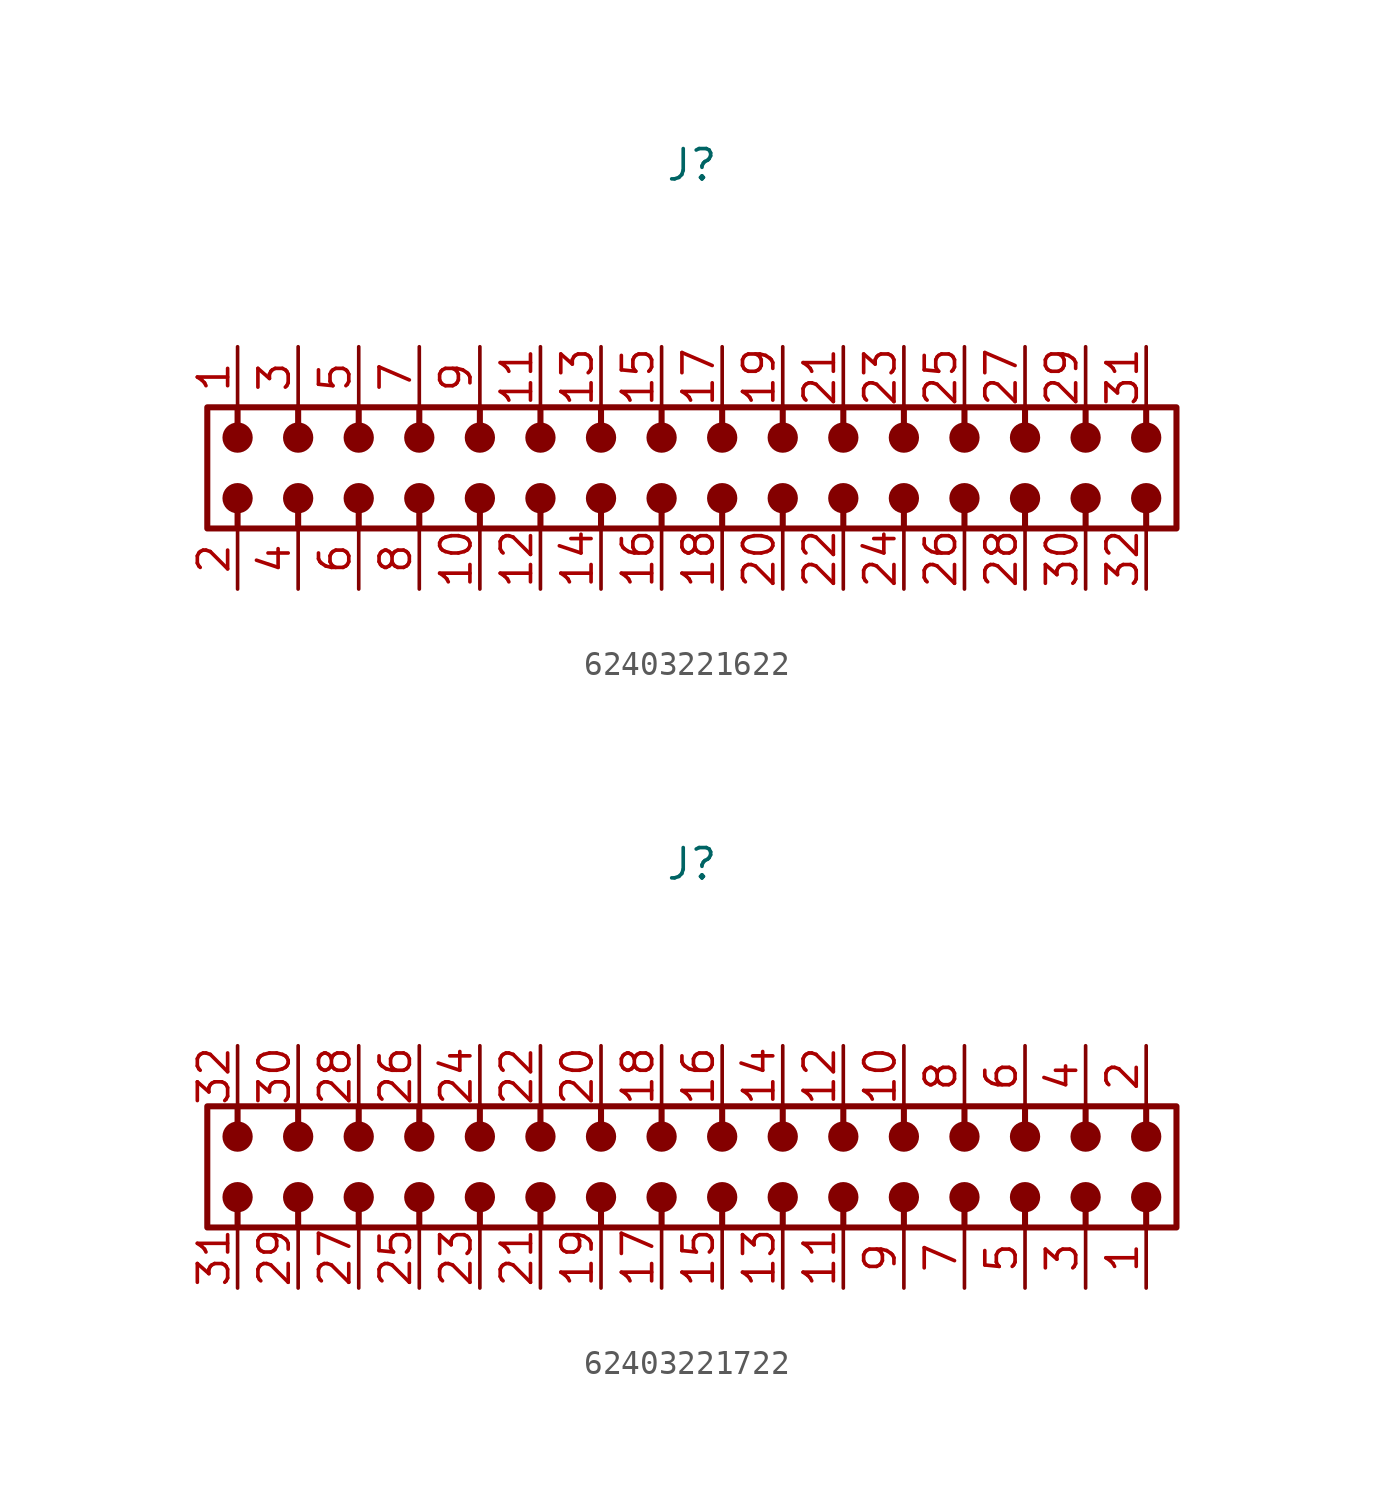
<source format=kicad_sym>
(kicad_symbol_lib
  (version 20241209)
  (generator "kicad_symbol_editor")
  (generator_version "9.0")
  (symbol "62403221622"
    (pin_names
      (hide yes))
    (property "Reference" "J"
      (at 0 12.7 0)
      (effects (font (size 1.27 1.27))))
    (symbol "62403221622_1_1"
      (rectangle (start -20.32 2.54) (end 20.32 -2.54) (stroke (width 0.254) (type solid)) (fill (type none)))
      (polyline (pts (xy -19.05 1.778) (xy -19.05 2.54)) (stroke (width 0.254) (type solid)) (fill (type none)))
      (circle (center -19.05 1.27) (radius 0.508) (stroke (width 0.254) (type solid)) (fill (type outline)))
      (circle (center -19.05 -1.27) (radius 0.508) (stroke (width 0.254) (type solid)) (fill (type outline)))
      (polyline (pts (xy -19.05 -1.778) (xy -19.05 -2.54)) (stroke (width 0.254) (type solid)) (fill (type none)))
      (polyline (pts (xy -16.51 1.778) (xy -16.51 2.54)) (stroke (width 0.254) (type solid)) (fill (type none)))
      (circle (center -16.51 1.27) (radius 0.508) (stroke (width 0.254) (type solid)) (fill (type outline)))
      (circle (center -16.51 -1.27) (radius 0.508) (stroke (width 0.254) (type solid)) (fill (type outline)))
      (polyline (pts (xy -16.51 -1.778) (xy -16.51 -2.54)) (stroke (width 0.254) (type solid)) (fill (type none)))
      (polyline (pts (xy -13.97 1.778) (xy -13.97 2.54)) (stroke (width 0.254) (type solid)) (fill (type none)))
      (circle (center -13.97 1.27) (radius 0.508) (stroke (width 0.254) (type solid)) (fill (type outline)))
      (circle (center -13.97 -1.27) (radius 0.508) (stroke (width 0.254) (type solid)) (fill (type outline)))
      (polyline (pts (xy -13.97 -1.778) (xy -13.97 -2.54)) (stroke (width 0.254) (type solid)) (fill (type none)))
      (polyline (pts (xy -11.43 1.778) (xy -11.43 2.54)) (stroke (width 0.254) (type solid)) (fill (type none)))
      (circle (center -11.43 1.27) (radius 0.508) (stroke (width 0.254) (type solid)) (fill (type outline)))
      (circle (center -11.43 -1.27) (radius 0.508) (stroke (width 0.254) (type solid)) (fill (type outline)))
      (polyline (pts (xy -11.43 -1.778) (xy -11.43 -2.54)) (stroke (width 0.254) (type solid)) (fill (type none)))
      (polyline (pts (xy -8.89 1.778) (xy -8.89 2.54)) (stroke (width 0.254) (type solid)) (fill (type none)))
      (circle (center -8.89 1.27) (radius 0.508) (stroke (width 0.254) (type solid)) (fill (type outline)))
      (circle (center -8.89 -1.27) (radius 0.508) (stroke (width 0.254) (type solid)) (fill (type outline)))
      (polyline (pts (xy -8.89 -1.778) (xy -8.89 -2.54)) (stroke (width 0.254) (type solid)) (fill (type none)))
      (polyline (pts (xy -6.35 1.778) (xy -6.35 2.54)) (stroke (width 0.254) (type solid)) (fill (type none)))
      (circle (center -6.35 1.27) (radius 0.508) (stroke (width 0.254) (type solid)) (fill (type outline)))
      (circle (center -6.35 -1.27) (radius 0.508) (stroke (width 0.254) (type solid)) (fill (type outline)))
      (polyline (pts (xy -6.35 -1.778) (xy -6.35 -2.54)) (stroke (width 0.254) (type solid)) (fill (type none)))
      (polyline (pts (xy -3.81 1.778) (xy -3.81 2.54)) (stroke (width 0.254) (type solid)) (fill (type none)))
      (circle (center -3.81 1.27) (radius 0.508) (stroke (width 0.254) (type solid)) (fill (type outline)))
      (circle (center -3.81 -1.27) (radius 0.508) (stroke (width 0.254) (type solid)) (fill (type outline)))
      (polyline (pts (xy -3.81 -1.778) (xy -3.81 -2.54)) (stroke (width 0.254) (type solid)) (fill (type none)))
      (polyline (pts (xy -1.27 1.778) (xy -1.27 2.54)) (stroke (width 0.254) (type solid)) (fill (type none)))
      (circle (center -1.27 1.27) (radius 0.508) (stroke (width 0.254) (type solid)) (fill (type outline)))
      (circle (center -1.27 -1.27) (radius 0.508) (stroke (width 0.254) (type solid)) (fill (type outline)))
      (polyline (pts (xy -1.27 -1.778) (xy -1.27 -2.54)) (stroke (width 0.254) (type solid)) (fill (type none)))
      (polyline (pts (xy 1.27 1.778) (xy 1.27 2.54)) (stroke (width 0.254) (type solid)) (fill (type none)))
      (circle (center 1.27 1.27) (radius 0.508) (stroke (width 0.254) (type solid)) (fill (type outline)))
      (circle (center 1.27 -1.27) (radius 0.508) (stroke (width 0.254) (type solid)) (fill (type outline)))
      (polyline (pts (xy 1.27 -1.778) (xy 1.27 -2.54)) (stroke (width 0.254) (type solid)) (fill (type none)))
      (polyline (pts (xy 3.81 1.778) (xy 3.81 2.54)) (stroke (width 0.254) (type solid)) (fill (type none)))
      (circle (center 3.81 1.27) (radius 0.508) (stroke (width 0.254) (type solid)) (fill (type outline)))
      (circle (center 3.81 -1.27) (radius 0.508) (stroke (width 0.254) (type solid)) (fill (type outline)))
      (polyline (pts (xy 3.81 -1.778) (xy 3.81 -2.54)) (stroke (width 0.254) (type solid)) (fill (type none)))
      (polyline (pts (xy 6.35 1.778) (xy 6.35 2.54)) (stroke (width 0.254) (type solid)) (fill (type none)))
      (circle (center 6.35 1.27) (radius 0.508) (stroke (width 0.254) (type solid)) (fill (type outline)))
      (circle (center 6.35 -1.27) (radius 0.508) (stroke (width 0.254) (type solid)) (fill (type outline)))
      (polyline (pts (xy 6.35 -1.778) (xy 6.35 -2.54)) (stroke (width 0.254) (type solid)) (fill (type none)))
      (polyline (pts (xy 8.89 1.778) (xy 8.89 2.54)) (stroke (width 0.254) (type solid)) (fill (type none)))
      (circle (center 8.89 1.27) (radius 0.508) (stroke (width 0.254) (type solid)) (fill (type outline)))
      (circle (center 8.89 -1.27) (radius 0.508) (stroke (width 0.254) (type solid)) (fill (type outline)))
      (polyline (pts (xy 8.89 -1.778) (xy 8.89 -2.54)) (stroke (width 0.254) (type solid)) (fill (type none)))
      (polyline (pts (xy 11.43 1.778) (xy 11.43 2.54)) (stroke (width 0.254) (type solid)) (fill (type none)))
      (circle (center 11.43 1.27) (radius 0.508) (stroke (width 0.254) (type solid)) (fill (type outline)))
      (circle (center 11.43 -1.27) (radius 0.508) (stroke (width 0.254) (type solid)) (fill (type outline)))
      (polyline (pts (xy 11.43 -1.778) (xy 11.43 -2.54)) (stroke (width 0.254) (type solid)) (fill (type none)))
      (polyline (pts (xy 13.97 1.778) (xy 13.97 2.54)) (stroke (width 0.254) (type solid)) (fill (type none)))
      (circle (center 13.97 1.27) (radius 0.508) (stroke (width 0.254) (type solid)) (fill (type outline)))
      (circle (center 13.97 -1.27) (radius 0.508) (stroke (width 0.254) (type solid)) (fill (type outline)))
      (polyline (pts (xy 13.97 -1.778) (xy 13.97 -2.54)) (stroke (width 0.254) (type solid)) (fill (type none)))
      (polyline (pts (xy 16.51 1.778) (xy 16.51 2.54)) (stroke (width 0.254) (type solid)) (fill (type none)))
      (circle (center 16.51 1.27) (radius 0.508) (stroke (width 0.254) (type solid)) (fill (type outline)))
      (circle (center 16.51 -1.27) (radius 0.508) (stroke (width 0.254) (type solid)) (fill (type outline)))
      (polyline (pts (xy 16.51 -1.778) (xy 16.51 -2.54)) (stroke (width 0.254) (type solid)) (fill (type none)))
      (polyline (pts (xy 19.05 1.778) (xy 19.05 2.54)) (stroke (width 0.254) (type solid)) (fill (type none)))
      (circle (center 19.05 1.27) (radius 0.508) (stroke (width 0.254) (type solid)) (fill (type outline)))
      (circle (center 19.05 -1.27) (radius 0.508) (stroke (width 0.254) (type solid)) (fill (type outline)))
      (polyline (pts (xy 19.05 -1.778) (xy 19.05 -2.54)) (stroke (width 0.254) (type solid)) (fill (type none)))
      (pin passive line (at -19.05 5.08 270) (length 2.54) (name "1" (effects (font (size 1.27 1.27)))) (number "1" (effects (font (size 1.27 1.27)))))
      (pin passive line (at -19.05 -5.08 90) (length 2.54) (name "2" (effects (font (size 1.27 1.27)))) (number "2" (effects (font (size 1.27 1.27)))))
      (pin passive line (at -16.51 5.08 270) (length 2.54) (name "3" (effects (font (size 1.27 1.27)))) (number "3" (effects (font (size 1.27 1.27)))))
      (pin passive line (at -16.51 -5.08 90) (length 2.54) (name "4" (effects (font (size 1.27 1.27)))) (number "4" (effects (font (size 1.27 1.27)))))
      (pin passive line (at -13.97 5.08 270) (length 2.54) (name "5" (effects (font (size 1.27 1.27)))) (number "5" (effects (font (size 1.27 1.27)))))
      (pin passive line (at -13.97 -5.08 90) (length 2.54) (name "6" (effects (font (size 1.27 1.27)))) (number "6" (effects (font (size 1.27 1.27)))))
      (pin passive line (at -11.43 5.08 270) (length 2.54) (name "7" (effects (font (size 1.27 1.27)))) (number "7" (effects (font (size 1.27 1.27)))))
      (pin passive line (at -11.43 -5.08 90) (length 2.54) (name "8" (effects (font (size 1.27 1.27)))) (number "8" (effects (font (size 1.27 1.27)))))
      (pin passive line (at -8.89 5.08 270) (length 2.54) (name "9" (effects (font (size 1.27 1.27)))) (number "9" (effects (font (size 1.27 1.27)))))
      (pin passive line (at -8.89 -5.08 90) (length 2.54) (name "10" (effects (font (size 1.27 1.27)))) (number "10" (effects (font (size 1.27 1.27)))))
      (pin passive line (at -6.35 5.08 270) (length 2.54) (name "11" (effects (font (size 1.27 1.27)))) (number "11" (effects (font (size 1.27 1.27)))))
      (pin passive line (at -6.35 -5.08 90) (length 2.54) (name "12" (effects (font (size 1.27 1.27)))) (number "12" (effects (font (size 1.27 1.27)))))
      (pin passive line (at -3.81 5.08 270) (length 2.54) (name "13" (effects (font (size 1.27 1.27)))) (number "13" (effects (font (size 1.27 1.27)))))
      (pin passive line (at -3.81 -5.08 90) (length 2.54) (name "14" (effects (font (size 1.27 1.27)))) (number "14" (effects (font (size 1.27 1.27)))))
      (pin passive line (at -1.27 5.08 270) (length 2.54) (name "15" (effects (font (size 1.27 1.27)))) (number "15" (effects (font (size 1.27 1.27)))))
      (pin passive line (at -1.27 -5.08 90) (length 2.54) (name "16" (effects (font (size 1.27 1.27)))) (number "16" (effects (font (size 1.27 1.27)))))
      (pin passive line (at 1.27 5.08 270) (length 2.54) (name "17" (effects (font (size 1.27 1.27)))) (number "17" (effects (font (size 1.27 1.27)))))
      (pin passive line (at 1.27 -5.08 90) (length 2.54) (name "18" (effects (font (size 1.27 1.27)))) (number "18" (effects (font (size 1.27 1.27)))))
      (pin passive line (at 3.81 5.08 270) (length 2.54) (name "19" (effects (font (size 1.27 1.27)))) (number "19" (effects (font (size 1.27 1.27)))))
      (pin passive line (at 3.81 -5.08 90) (length 2.54) (name "20" (effects (font (size 1.27 1.27)))) (number "20" (effects (font (size 1.27 1.27)))))
      (pin passive line (at 6.35 5.08 270) (length 2.54) (name "21" (effects (font (size 1.27 1.27)))) (number "21" (effects (font (size 1.27 1.27)))))
      (pin passive line (at 6.35 -5.08 90) (length 2.54) (name "22" (effects (font (size 1.27 1.27)))) (number "22" (effects (font (size 1.27 1.27)))))
      (pin passive line (at 8.89 5.08 270) (length 2.54) (name "23" (effects (font (size 1.27 1.27)))) (number "23" (effects (font (size 1.27 1.27)))))
      (pin passive line (at 8.89 -5.08 90) (length 2.54) (name "24" (effects (font (size 1.27 1.27)))) (number "24" (effects (font (size 1.27 1.27)))))
      (pin passive line (at 11.43 5.08 270) (length 2.54) (name "25" (effects (font (size 1.27 1.27)))) (number "25" (effects (font (size 1.27 1.27)))))
      (pin passive line (at 11.43 -5.08 90) (length 2.54) (name "26" (effects (font (size 1.27 1.27)))) (number "26" (effects (font (size 1.27 1.27)))))
      (pin passive line (at 13.97 5.08 270) (length 2.54) (name "27" (effects (font (size 1.27 1.27)))) (number "27" (effects (font (size 1.27 1.27)))))
      (pin passive line (at 13.97 -5.08 90) (length 2.54) (name "28" (effects (font (size 1.27 1.27)))) (number "28" (effects (font (size 1.27 1.27)))))
      (pin passive line (at 16.51 5.08 270) (length 2.54) (name "29" (effects (font (size 1.27 1.27)))) (number "29" (effects (font (size 1.27 1.27)))))
      (pin passive line (at 16.51 -5.08 90) (length 2.54) (name "30" (effects (font (size 1.27 1.27)))) (number "30" (effects (font (size 1.27 1.27)))))
      (pin passive line (at 19.05 5.08 270) (length 2.54) (name "31" (effects (font (size 1.27 1.27)))) (number "31" (effects (font (size 1.27 1.27)))))
      (pin passive line (at 19.05 -5.08 90) (length 2.54) (name "32" (effects (font (size 1.27 1.27)))) (number "32" (effects (font (size 1.27 1.27)))))))
  (symbol "62403221722"
    (pin_names
      (hide yes))
    (property "Reference" "J"
      (at 0 12.7 0)
      (effects (font (size 1.27 1.27))))
    (symbol "62403221722_1_1"
      (rectangle (start -20.32 2.54) (end 20.32 -2.54) (stroke (width 0.254) (type solid)) (fill (type none)))
      (polyline (pts (xy -19.05 1.778) (xy -19.05 2.54)) (stroke (width 0.254) (type solid)) (fill (type none)))
      (circle (center -19.05 1.27) (radius 0.508) (stroke (width 0.254) (type solid)) (fill (type outline)))
      (circle (center -19.05 -1.27) (radius 0.508) (stroke (width 0.254) (type solid)) (fill (type outline)))
      (polyline (pts (xy -19.05 -1.778) (xy -19.05 -2.54)) (stroke (width 0.254) (type solid)) (fill (type none)))
      (polyline (pts (xy -16.51 1.778) (xy -16.51 2.54)) (stroke (width 0.254) (type solid)) (fill (type none)))
      (circle (center -16.51 1.27) (radius 0.508) (stroke (width 0.254) (type solid)) (fill (type outline)))
      (circle (center -16.51 -1.27) (radius 0.508) (stroke (width 0.254) (type solid)) (fill (type outline)))
      (polyline (pts (xy -16.51 -1.778) (xy -16.51 -2.54)) (stroke (width 0.254) (type solid)) (fill (type none)))
      (polyline (pts (xy -13.97 1.778) (xy -13.97 2.54)) (stroke (width 0.254) (type solid)) (fill (type none)))
      (circle (center -13.97 1.27) (radius 0.508) (stroke (width 0.254) (type solid)) (fill (type outline)))
      (circle (center -13.97 -1.27) (radius 0.508) (stroke (width 0.254) (type solid)) (fill (type outline)))
      (polyline (pts (xy -13.97 -1.778) (xy -13.97 -2.54)) (stroke (width 0.254) (type solid)) (fill (type none)))
      (polyline (pts (xy -11.43 1.778) (xy -11.43 2.54)) (stroke (width 0.254) (type solid)) (fill (type none)))
      (circle (center -11.43 1.27) (radius 0.508) (stroke (width 0.254) (type solid)) (fill (type outline)))
      (circle (center -11.43 -1.27) (radius 0.508) (stroke (width 0.254) (type solid)) (fill (type outline)))
      (polyline (pts (xy -11.43 -1.778) (xy -11.43 -2.54)) (stroke (width 0.254) (type solid)) (fill (type none)))
      (polyline (pts (xy -8.89 1.778) (xy -8.89 2.54)) (stroke (width 0.254) (type solid)) (fill (type none)))
      (circle (center -8.89 1.27) (radius 0.508) (stroke (width 0.254) (type solid)) (fill (type outline)))
      (circle (center -8.89 -1.27) (radius 0.508) (stroke (width 0.254) (type solid)) (fill (type outline)))
      (polyline (pts (xy -8.89 -1.778) (xy -8.89 -2.54)) (stroke (width 0.254) (type solid)) (fill (type none)))
      (polyline (pts (xy -6.35 1.778) (xy -6.35 2.54)) (stroke (width 0.254) (type solid)) (fill (type none)))
      (circle (center -6.35 1.27) (radius 0.508) (stroke (width 0.254) (type solid)) (fill (type outline)))
      (circle (center -6.35 -1.27) (radius 0.508) (stroke (width 0.254) (type solid)) (fill (type outline)))
      (polyline (pts (xy -6.35 -1.778) (xy -6.35 -2.54)) (stroke (width 0.254) (type solid)) (fill (type none)))
      (polyline (pts (xy -3.81 1.778) (xy -3.81 2.54)) (stroke (width 0.254) (type solid)) (fill (type none)))
      (circle (center -3.81 1.27) (radius 0.508) (stroke (width 0.254) (type solid)) (fill (type outline)))
      (circle (center -3.81 -1.27) (radius 0.508) (stroke (width 0.254) (type solid)) (fill (type outline)))
      (polyline (pts (xy -3.81 -1.778) (xy -3.81 -2.54)) (stroke (width 0.254) (type solid)) (fill (type none)))
      (polyline (pts (xy -1.27 1.778) (xy -1.27 2.54)) (stroke (width 0.254) (type solid)) (fill (type none)))
      (circle (center -1.27 1.27) (radius 0.508) (stroke (width 0.254) (type solid)) (fill (type outline)))
      (circle (center -1.27 -1.27) (radius 0.508) (stroke (width 0.254) (type solid)) (fill (type outline)))
      (polyline (pts (xy -1.27 -1.778) (xy -1.27 -2.54)) (stroke (width 0.254) (type solid)) (fill (type none)))
      (polyline (pts (xy 1.27 1.778) (xy 1.27 2.54)) (stroke (width 0.254) (type solid)) (fill (type none)))
      (circle (center 1.27 1.27) (radius 0.508) (stroke (width 0.254) (type solid)) (fill (type outline)))
      (circle (center 1.27 -1.27) (radius 0.508) (stroke (width 0.254) (type solid)) (fill (type outline)))
      (polyline (pts (xy 1.27 -1.778) (xy 1.27 -2.54)) (stroke (width 0.254) (type solid)) (fill (type none)))
      (polyline (pts (xy 3.81 1.778) (xy 3.81 2.54)) (stroke (width 0.254) (type solid)) (fill (type none)))
      (circle (center 3.81 1.27) (radius 0.508) (stroke (width 0.254) (type solid)) (fill (type outline)))
      (circle (center 3.81 -1.27) (radius 0.508) (stroke (width 0.254) (type solid)) (fill (type outline)))
      (polyline (pts (xy 3.81 -1.778) (xy 3.81 -2.54)) (stroke (width 0.254) (type solid)) (fill (type none)))
      (polyline (pts (xy 6.35 1.778) (xy 6.35 2.54)) (stroke (width 0.254) (type solid)) (fill (type none)))
      (circle (center 6.35 1.27) (radius 0.508) (stroke (width 0.254) (type solid)) (fill (type outline)))
      (circle (center 6.35 -1.27) (radius 0.508) (stroke (width 0.254) (type solid)) (fill (type outline)))
      (polyline (pts (xy 6.35 -1.778) (xy 6.35 -2.54)) (stroke (width 0.254) (type solid)) (fill (type none)))
      (polyline (pts (xy 8.89 1.778) (xy 8.89 2.54)) (stroke (width 0.254) (type solid)) (fill (type none)))
      (circle (center 8.89 1.27) (radius 0.508) (stroke (width 0.254) (type solid)) (fill (type outline)))
      (circle (center 8.89 -1.27) (radius 0.508) (stroke (width 0.254) (type solid)) (fill (type outline)))
      (polyline (pts (xy 8.89 -1.778) (xy 8.89 -2.54)) (stroke (width 0.254) (type solid)) (fill (type none)))
      (polyline (pts (xy 11.43 1.778) (xy 11.43 2.54)) (stroke (width 0.254) (type solid)) (fill (type none)))
      (circle (center 11.43 1.27) (radius 0.508) (stroke (width 0.254) (type solid)) (fill (type outline)))
      (circle (center 11.43 -1.27) (radius 0.508) (stroke (width 0.254) (type solid)) (fill (type outline)))
      (polyline (pts (xy 11.43 -1.778) (xy 11.43 -2.54)) (stroke (width 0.254) (type solid)) (fill (type none)))
      (polyline (pts (xy 13.97 1.778) (xy 13.97 2.54)) (stroke (width 0.254) (type solid)) (fill (type none)))
      (circle (center 13.97 1.27) (radius 0.508) (stroke (width 0.254) (type solid)) (fill (type outline)))
      (circle (center 13.97 -1.27) (radius 0.508) (stroke (width 0.254) (type solid)) (fill (type outline)))
      (polyline (pts (xy 13.97 -1.778) (xy 13.97 -2.54)) (stroke (width 0.254) (type solid)) (fill (type none)))
      (polyline (pts (xy 16.51 1.778) (xy 16.51 2.54)) (stroke (width 0.254) (type solid)) (fill (type none)))
      (circle (center 16.51 1.27) (radius 0.508) (stroke (width 0.254) (type solid)) (fill (type outline)))
      (circle (center 16.51 -1.27) (radius 0.508) (stroke (width 0.254) (type solid)) (fill (type outline)))
      (polyline (pts (xy 16.51 -1.778) (xy 16.51 -2.54)) (stroke (width 0.254) (type solid)) (fill (type none)))
      (polyline (pts (xy 19.05 1.778) (xy 19.05 2.54)) (stroke (width 0.254) (type solid)) (fill (type none)))
      (circle (center 19.05 1.27) (radius 0.508) (stroke (width 0.254) (type solid)) (fill (type outline)))
      (circle (center 19.05 -1.27) (radius 0.508) (stroke (width 0.254) (type solid)) (fill (type outline)))
      (polyline (pts (xy 19.05 -1.778) (xy 19.05 -2.54)) (stroke (width 0.254) (type solid)) (fill (type none)))
      (pin passive line (at -19.05 5.08 270) (length 2.54) (name "32" (effects (font (size 1.27 1.27)))) (number "32" (effects (font (size 1.27 1.27)))))
      (pin passive line (at -19.05 -5.08 90) (length 2.54) (name "31" (effects (font (size 1.27 1.27)))) (number "31" (effects (font (size 1.27 1.27)))))
      (pin passive line (at -16.51 5.08 270) (length 2.54) (name "30" (effects (font (size 1.27 1.27)))) (number "30" (effects (font (size 1.27 1.27)))))
      (pin passive line (at -16.51 -5.08 90) (length 2.54) (name "29" (effects (font (size 1.27 1.27)))) (number "29" (effects (font (size 1.27 1.27)))))
      (pin passive line (at -13.97 5.08 270) (length 2.54) (name "28" (effects (font (size 1.27 1.27)))) (number "28" (effects (font (size 1.27 1.27)))))
      (pin passive line (at -13.97 -5.08 90) (length 2.54) (name "27" (effects (font (size 1.27 1.27)))) (number "27" (effects (font (size 1.27 1.27)))))
      (pin passive line (at -11.43 5.08 270) (length 2.54) (name "26" (effects (font (size 1.27 1.27)))) (number "26" (effects (font (size 1.27 1.27)))))
      (pin passive line (at -11.43 -5.08 90) (length 2.54) (name "25" (effects (font (size 1.27 1.27)))) (number "25" (effects (font (size 1.27 1.27)))))
      (pin passive line (at -8.89 5.08 270) (length 2.54) (name "24" (effects (font (size 1.27 1.27)))) (number "24" (effects (font (size 1.27 1.27)))))
      (pin passive line (at -8.89 -5.08 90) (length 2.54) (name "23" (effects (font (size 1.27 1.27)))) (number "23" (effects (font (size 1.27 1.27)))))
      (pin passive line (at -6.35 5.08 270) (length 2.54) (name "22" (effects (font (size 1.27 1.27)))) (number "22" (effects (font (size 1.27 1.27)))))
      (pin passive line (at -6.35 -5.08 90) (length 2.54) (name "21" (effects (font (size 1.27 1.27)))) (number "21" (effects (font (size 1.27 1.27)))))
      (pin passive line (at -3.81 5.08 270) (length 2.54) (name "20" (effects (font (size 1.27 1.27)))) (number "20" (effects (font (size 1.27 1.27)))))
      (pin passive line (at -3.81 -5.08 90) (length 2.54) (name "19" (effects (font (size 1.27 1.27)))) (number "19" (effects (font (size 1.27 1.27)))))
      (pin passive line (at -1.27 5.08 270) (length 2.54) (name "18" (effects (font (size 1.27 1.27)))) (number "18" (effects (font (size 1.27 1.27)))))
      (pin passive line (at -1.27 -5.08 90) (length 2.54) (name "17" (effects (font (size 1.27 1.27)))) (number "17" (effects (font (size 1.27 1.27)))))
      (pin passive line (at 1.27 5.08 270) (length 2.54) (name "16" (effects (font (size 1.27 1.27)))) (number "16" (effects (font (size 1.27 1.27)))))
      (pin passive line (at 1.27 -5.08 90) (length 2.54) (name "15" (effects (font (size 1.27 1.27)))) (number "15" (effects (font (size 1.27 1.27)))))
      (pin passive line (at 3.81 5.08 270) (length 2.54) (name "14" (effects (font (size 1.27 1.27)))) (number "14" (effects (font (size 1.27 1.27)))))
      (pin passive line (at 3.81 -5.08 90) (length 2.54) (name "13" (effects (font (size 1.27 1.27)))) (number "13" (effects (font (size 1.27 1.27)))))
      (pin passive line (at 6.35 5.08 270) (length 2.54) (name "12" (effects (font (size 1.27 1.27)))) (number "12" (effects (font (size 1.27 1.27)))))
      (pin passive line (at 6.35 -5.08 90) (length 2.54) (name "11" (effects (font (size 1.27 1.27)))) (number "11" (effects (font (size 1.27 1.27)))))
      (pin passive line (at 8.89 5.08 270) (length 2.54) (name "10" (effects (font (size 1.27 1.27)))) (number "10" (effects (font (size 1.27 1.27)))))
      (pin passive line (at 8.89 -5.08 90) (length 2.54) (name "9" (effects (font (size 1.27 1.27)))) (number "9" (effects (font (size 1.27 1.27)))))
      (pin passive line (at 11.43 5.08 270) (length 2.54) (name "8" (effects (font (size 1.27 1.27)))) (number "8" (effects (font (size 1.27 1.27)))))
      (pin passive line (at 11.43 -5.08 90) (length 2.54) (name "7" (effects (font (size 1.27 1.27)))) (number "7" (effects (font (size 1.27 1.27)))))
      (pin passive line (at 13.97 5.08 270) (length 2.54) (name "6" (effects (font (size 1.27 1.27)))) (number "6" (effects (font (size 1.27 1.27)))))
      (pin passive line (at 13.97 -5.08 90) (length 2.54) (name "5" (effects (font (size 1.27 1.27)))) (number "5" (effects (font (size 1.27 1.27)))))
      (pin passive line (at 16.51 5.08 270) (length 2.54) (name "4" (effects (font (size 1.27 1.27)))) (number "4" (effects (font (size 1.27 1.27)))))
      (pin passive line (at 16.51 -5.08 90) (length 2.54) (name "3" (effects (font (size 1.27 1.27)))) (number "3" (effects (font (size 1.27 1.27)))))
      (pin passive line (at 19.05 5.08 270) (length 2.54) (name "2" (effects (font (size 1.27 1.27)))) (number "2" (effects (font (size 1.27 1.27)))))
      (pin passive line (at 19.05 -5.08 90) (length 2.54) (name "1" (effects (font (size 1.27 1.27)))) (number "1" (effects (font (size 1.27 1.27))))))))
</source>
